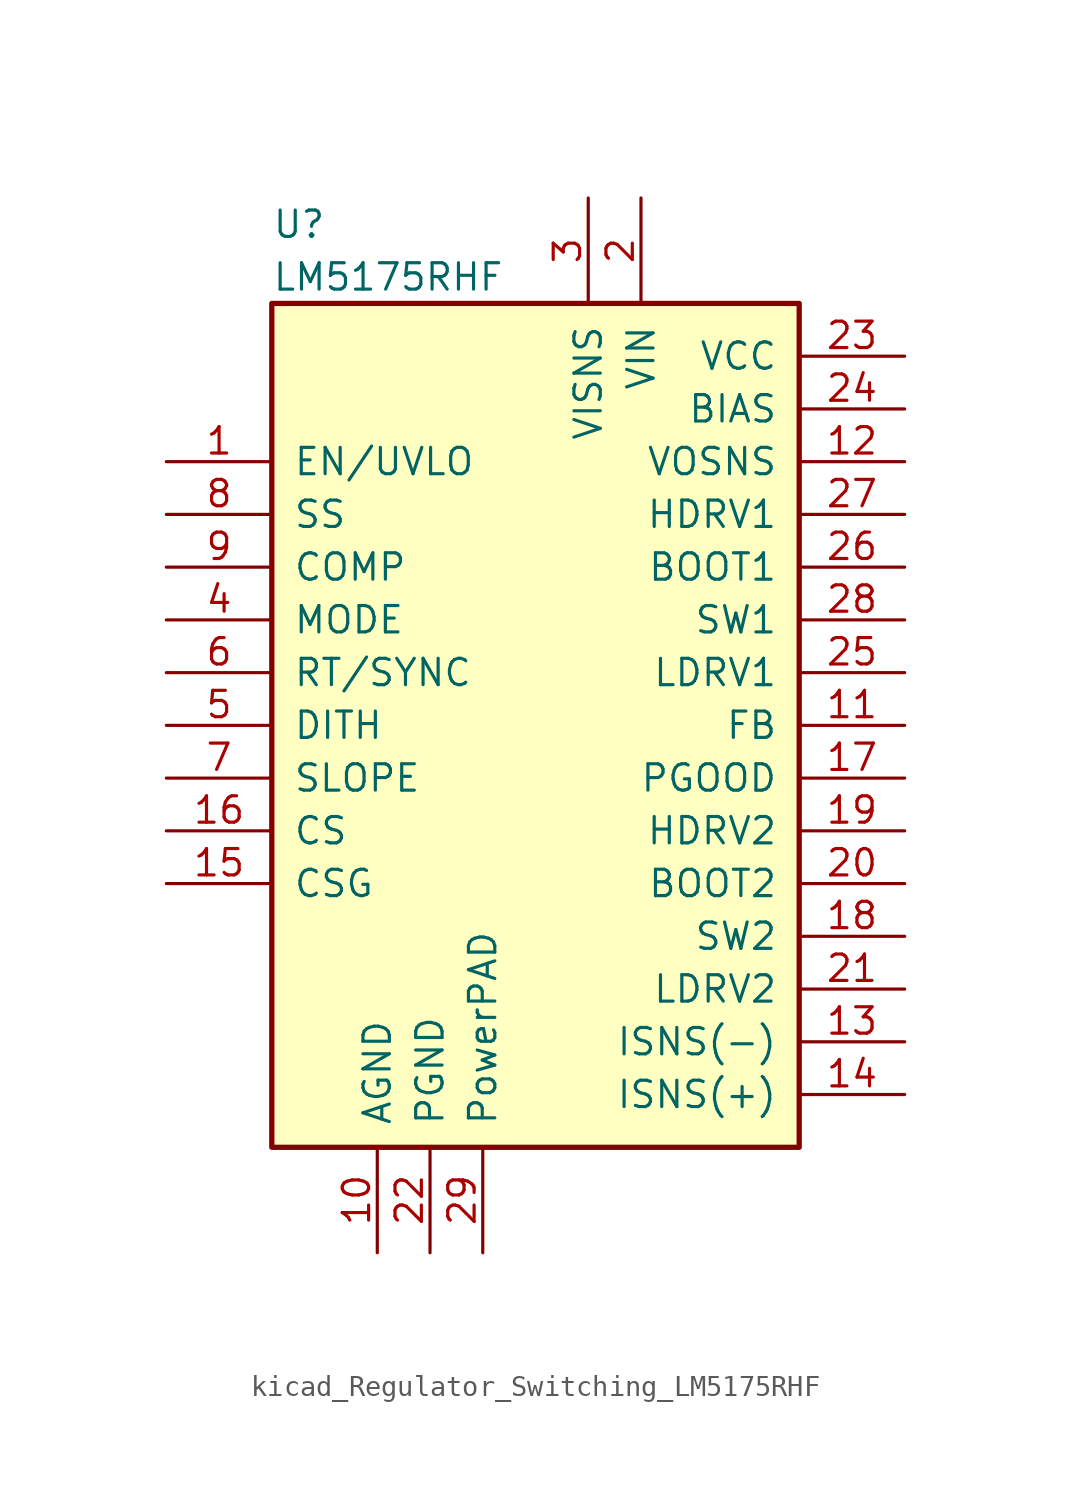
<source format=kicad_sym>
(kicad_symbol_lib
  (version 20220914)
  (generator kicad_symbol_editor)
  (symbol "kicad_Regulator_Switching_LM5175RHF"
    (pin_names
      (offset 1.016))
    (property "Reference" "U"
      (at -12.7 24.13 0)
      (effects (font (size 1.27 1.27)) (justify left)))
    (property "Value" "LM5175RHF"
      (at -12.7 21.59 0)
      (effects (font (size 1.27 1.27)) (justify left)))
    (symbol "kicad_Regulator_Switching_LM5175RHF_0_1"
      (rectangle (start -12.7 20.32) (end 12.7 -20.32) (stroke (width 0.254) (type default)) (fill (type background))))
    (symbol "kicad_Regulator_Switching_LM5175RHF_1_1"
      (pin input line (at -17.78 12.7 0) (length 5.08) (name "EN/UVLO" (effects (font (size 1.27 1.27)))) (number "1" (effects (font (size 1.27 1.27)))))
      (pin power_in line (at -7.62 -25.4 90) (length 5.08) (name "AGND" (effects (font (size 1.27 1.27)))) (number "10" (effects (font (size 1.27 1.27)))))
      (pin input line (at 17.78 0 180) (length 5.08) (name "FB" (effects (font (size 1.27 1.27)))) (number "11" (effects (font (size 1.27 1.27)))))
      (pin output line (at 17.78 12.7 180) (length 5.08) (name "VOSNS" (effects (font (size 1.27 1.27)))) (number "12" (effects (font (size 1.27 1.27)))))
      (pin input line (at 17.78 -15.24 180) (length 5.08) (name "ISNS(-)" (effects (font (size 1.27 1.27)))) (number "13" (effects (font (size 1.27 1.27)))))
      (pin input line (at 17.78 -17.78 180) (length 5.08) (name "ISNS(+)" (effects (font (size 1.27 1.27)))) (number "14" (effects (font (size 1.27 1.27)))))
      (pin input line (at -17.78 -7.62 0) (length 5.08) (name "CSG" (effects (font (size 1.27 1.27)))) (number "15" (effects (font (size 1.27 1.27)))))
      (pin input line (at -17.78 -5.08 0) (length 5.08) (name "CS" (effects (font (size 1.27 1.27)))) (number "16" (effects (font (size 1.27 1.27)))))
      (pin output line (at 17.78 -2.54 180) (length 5.08) (name "PGOOD" (effects (font (size 1.27 1.27)))) (number "17" (effects (font (size 1.27 1.27)))))
      (pin output line (at 17.78 -10.16 180) (length 5.08) (name "SW2" (effects (font (size 1.27 1.27)))) (number "18" (effects (font (size 1.27 1.27)))))
      (pin output line (at 17.78 -5.08 180) (length 5.08) (name "HDRV2" (effects (font (size 1.27 1.27)))) (number "19" (effects (font (size 1.27 1.27)))))
      (pin power_in line (at 5.08 25.4 270) (length 5.08) (name "VIN" (effects (font (size 1.27 1.27)))) (number "2" (effects (font (size 1.27 1.27)))))
      (pin passive line (at 17.78 -7.62 180) (length 5.08) (name "BOOT2" (effects (font (size 1.27 1.27)))) (number "20" (effects (font (size 1.27 1.27)))))
      (pin output line (at 17.78 -12.7 180) (length 5.08) (name "LDRV2" (effects (font (size 1.27 1.27)))) (number "21" (effects (font (size 1.27 1.27)))))
      (pin power_in line (at -5.08 -25.4 90) (length 5.08) (name "PGND" (effects (font (size 1.27 1.27)))) (number "22" (effects (font (size 1.27 1.27)))))
      (pin power_in line (at 17.78 17.78 180) (length 5.08) (name "VCC" (effects (font (size 1.27 1.27)))) (number "23" (effects (font (size 1.27 1.27)))))
      (pin input line (at 17.78 15.24 180) (length 5.08) (name "BIAS" (effects (font (size 1.27 1.27)))) (number "24" (effects (font (size 1.27 1.27)))))
      (pin output line (at 17.78 2.54 180) (length 5.08) (name "LDRV1" (effects (font (size 1.27 1.27)))) (number "25" (effects (font (size 1.27 1.27)))))
      (pin passive line (at 17.78 7.62 180) (length 5.08) (name "BOOT1" (effects (font (size 1.27 1.27)))) (number "26" (effects (font (size 1.27 1.27)))))
      (pin output line (at 17.78 10.16 180) (length 5.08) (name "HDRV1" (effects (font (size 1.27 1.27)))) (number "27" (effects (font (size 1.27 1.27)))))
      (pin output line (at 17.78 5.08 180) (length 5.08) (name "SW1" (effects (font (size 1.27 1.27)))) (number "28" (effects (font (size 1.27 1.27)))))
      (pin input line (at -2.54 -25.4 90) (length 5.08) (name "PowerPAD" (effects (font (size 1.27 1.27)))) (number "29" (effects (font (size 1.27 1.27)))))
      (pin input line (at 2.54 25.4 270) (length 5.08) (name "VISNS" (effects (font (size 1.27 1.27)))) (number "3" (effects (font (size 1.27 1.27)))))
      (pin input line (at -17.78 5.08 0) (length 5.08) (name "MODE" (effects (font (size 1.27 1.27)))) (number "4" (effects (font (size 1.27 1.27)))))
      (pin passive line (at -17.78 0 0) (length 5.08) (name "DITH" (effects (font (size 1.27 1.27)))) (number "5" (effects (font (size 1.27 1.27)))))
      (pin input line (at -17.78 2.54 0) (length 5.08) (name "RT/SYNC" (effects (font (size 1.27 1.27)))) (number "6" (effects (font (size 1.27 1.27)))))
      (pin passive line (at -17.78 -2.54 0) (length 5.08) (name "SLOPE" (effects (font (size 1.27 1.27)))) (number "7" (effects (font (size 1.27 1.27)))))
      (pin passive line (at -17.78 10.16 0) (length 5.08) (name "SS" (effects (font (size 1.27 1.27)))) (number "8" (effects (font (size 1.27 1.27)))))
      (pin passive line (at -17.78 7.62 0) (length 5.08) (name "COMP" (effects (font (size 1.27 1.27)))) (number "9" (effects (font (size 1.27 1.27))))))))
</source>
